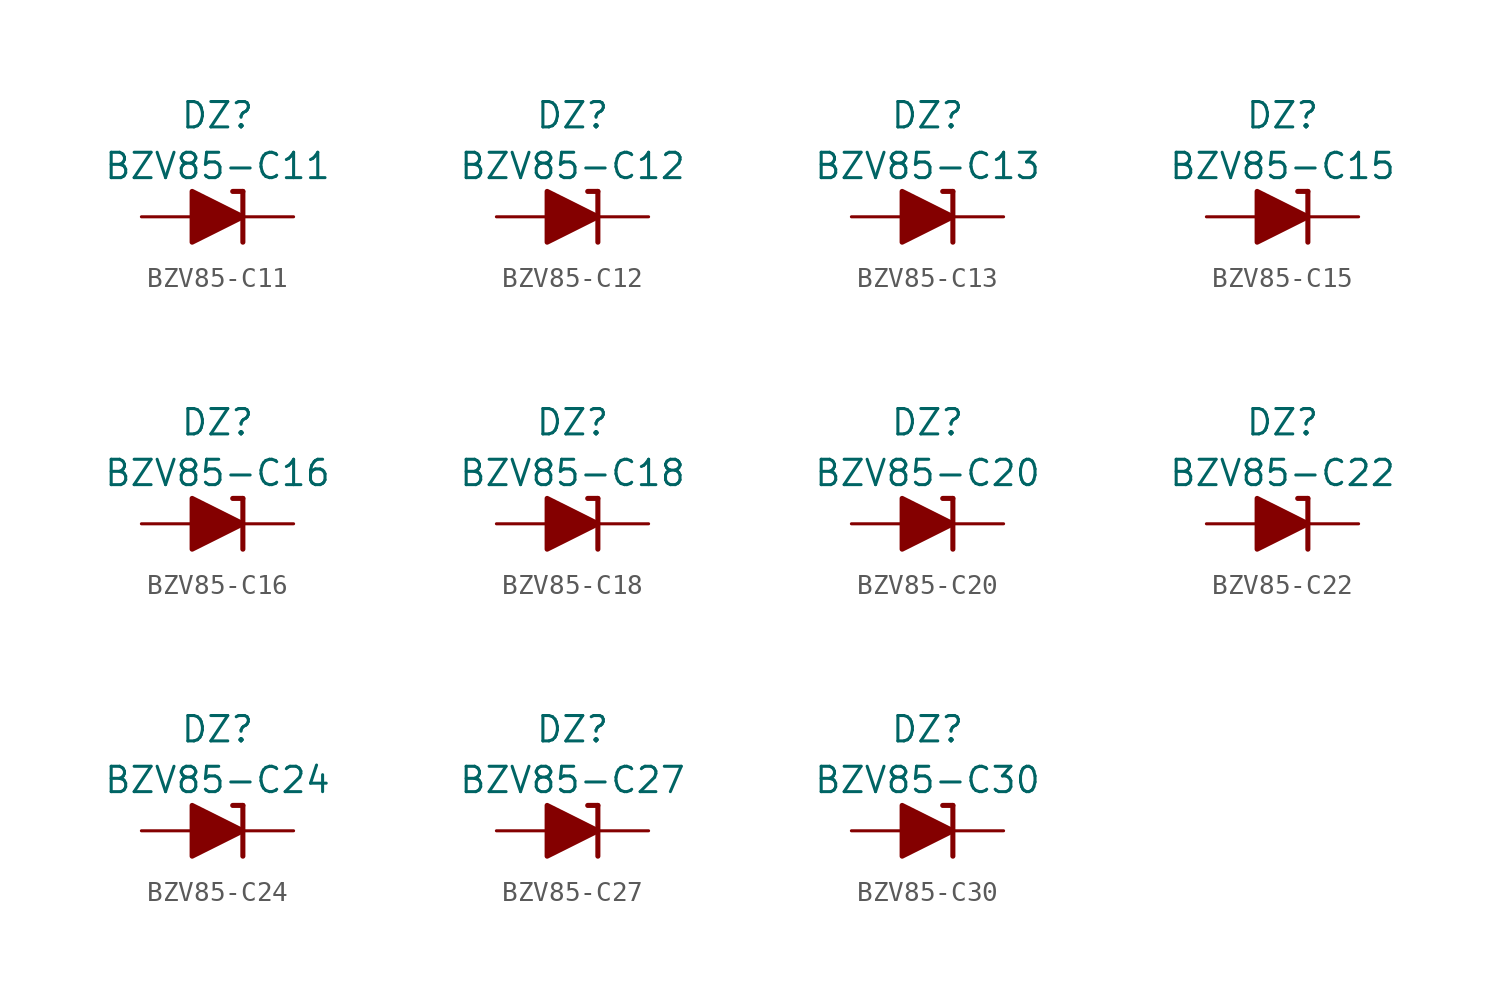
<source format=kicad_sym>
(kicad_symbol_lib
  (version 20201005)
  (generator kicad_symbol_editor)
  (symbol "Diode_Zener_AKL:BZV85-C11"
    (pin_numbers hide)
    (pin_names
      (offset 1.016) hide)
    (property "Reference" "DZ"
      (at 0 5.08 0)
      (effects (font (size 1.27 1.27))))
    (property "Value" "BZV85-C11"
      (at 0 2.54 0)
      (effects (font (size 1.27 1.27))))
    (symbol "BZV85-C11_0_1"
      (polyline (pts (xy -1.27 0) (xy 1.27 0)) (stroke (width 0)) (fill (type none)))
      (polyline (pts (xy 1.27 1.27) (xy 0.762 1.27)) (stroke (width 0.254)) (fill (type none)))
      (polyline (pts (xy 1.27 1.27) (xy 1.27 -1.27)) (stroke (width 0.254)) (fill (type none)))
      (polyline (pts (xy -1.27 -1.27) (xy -1.27 1.27) (xy 1.27 0) (xy -1.27 -1.27)) (stroke (width 0.254)) (fill (type outline))))
    (symbol "BZV85-C11_1_1"
      (pin passive line (at 3.81 0 180) (length 2.54) (name "K" (effects (font (size 1.27 1.27)))) (number "1" (effects (font (size 1.27 1.27)))))
      (pin passive line (at -3.81 0 0) (length 2.54) (name "A" (effects (font (size 1.27 1.27)))) (number "2" (effects (font (size 1.27 1.27)))))))
  (symbol "Diode_Zener_AKL:BZV85-C12"
    (pin_numbers hide)
    (pin_names
      (offset 1.016) hide)
    (property "Reference" "DZ"
      (at 0 5.08 0)
      (effects (font (size 1.27 1.27))))
    (property "Value" "BZV85-C12"
      (at 0 2.54 0)
      (effects (font (size 1.27 1.27))))
    (symbol "BZV85-C12_0_1"
      (polyline (pts (xy -1.27 0) (xy 1.27 0)) (stroke (width 0)) (fill (type none)))
      (polyline (pts (xy 1.27 1.27) (xy 0.762 1.27)) (stroke (width 0.254)) (fill (type none)))
      (polyline (pts (xy 1.27 1.27) (xy 1.27 -1.27)) (stroke (width 0.254)) (fill (type none)))
      (polyline (pts (xy -1.27 -1.27) (xy -1.27 1.27) (xy 1.27 0) (xy -1.27 -1.27)) (stroke (width 0.254)) (fill (type outline))))
    (symbol "BZV85-C12_1_1"
      (pin passive line (at 3.81 0 180) (length 2.54) (name "K" (effects (font (size 1.27 1.27)))) (number "1" (effects (font (size 1.27 1.27)))))
      (pin passive line (at -3.81 0 0) (length 2.54) (name "A" (effects (font (size 1.27 1.27)))) (number "2" (effects (font (size 1.27 1.27)))))))
  (symbol "Diode_Zener_AKL:BZV85-C13"
    (pin_numbers hide)
    (pin_names
      (offset 1.016) hide)
    (property "Reference" "DZ"
      (at 0 5.08 0)
      (effects (font (size 1.27 1.27))))
    (property "Value" "BZV85-C13"
      (at 0 2.54 0)
      (effects (font (size 1.27 1.27))))
    (symbol "BZV85-C13_0_1"
      (polyline (pts (xy -1.27 0) (xy 1.27 0)) (stroke (width 0)) (fill (type none)))
      (polyline (pts (xy 1.27 1.27) (xy 0.762 1.27)) (stroke (width 0.254)) (fill (type none)))
      (polyline (pts (xy 1.27 1.27) (xy 1.27 -1.27)) (stroke (width 0.254)) (fill (type none)))
      (polyline (pts (xy -1.27 -1.27) (xy -1.27 1.27) (xy 1.27 0) (xy -1.27 -1.27)) (stroke (width 0.254)) (fill (type outline))))
    (symbol "BZV85-C13_1_1"
      (pin passive line (at 3.81 0 180) (length 2.54) (name "K" (effects (font (size 1.27 1.27)))) (number "1" (effects (font (size 1.27 1.27)))))
      (pin passive line (at -3.81 0 0) (length 2.54) (name "A" (effects (font (size 1.27 1.27)))) (number "2" (effects (font (size 1.27 1.27)))))))
  (symbol "Diode_Zener_AKL:BZV85-C15"
    (pin_numbers hide)
    (pin_names
      (offset 1.016) hide)
    (property "Reference" "DZ"
      (at 0 5.08 0)
      (effects (font (size 1.27 1.27))))
    (property "Value" "BZV85-C15"
      (at 0 2.54 0)
      (effects (font (size 1.27 1.27))))
    (symbol "BZV85-C15_0_1"
      (polyline (pts (xy -1.27 0) (xy 1.27 0)) (stroke (width 0)) (fill (type none)))
      (polyline (pts (xy 1.27 1.27) (xy 0.762 1.27)) (stroke (width 0.254)) (fill (type none)))
      (polyline (pts (xy 1.27 1.27) (xy 1.27 -1.27)) (stroke (width 0.254)) (fill (type none)))
      (polyline (pts (xy -1.27 -1.27) (xy -1.27 1.27) (xy 1.27 0) (xy -1.27 -1.27)) (stroke (width 0.254)) (fill (type outline))))
    (symbol "BZV85-C15_1_1"
      (pin passive line (at 3.81 0 180) (length 2.54) (name "K" (effects (font (size 1.27 1.27)))) (number "1" (effects (font (size 1.27 1.27)))))
      (pin passive line (at -3.81 0 0) (length 2.54) (name "A" (effects (font (size 1.27 1.27)))) (number "2" (effects (font (size 1.27 1.27)))))))
  (symbol "Diode_Zener_AKL:BZV85-C16"
    (pin_numbers hide)
    (pin_names
      (offset 1.016) hide)
    (property "Reference" "DZ"
      (at 0 5.08 0)
      (effects (font (size 1.27 1.27))))
    (property "Value" "BZV85-C16"
      (at 0 2.54 0)
      (effects (font (size 1.27 1.27))))
    (symbol "BZV85-C16_0_1"
      (polyline (pts (xy -1.27 0) (xy 1.27 0)) (stroke (width 0)) (fill (type none)))
      (polyline (pts (xy 1.27 1.27) (xy 0.762 1.27)) (stroke (width 0.254)) (fill (type none)))
      (polyline (pts (xy 1.27 1.27) (xy 1.27 -1.27)) (stroke (width 0.254)) (fill (type none)))
      (polyline (pts (xy -1.27 -1.27) (xy -1.27 1.27) (xy 1.27 0) (xy -1.27 -1.27)) (stroke (width 0.254)) (fill (type outline))))
    (symbol "BZV85-C16_1_1"
      (pin passive line (at 3.81 0 180) (length 2.54) (name "K" (effects (font (size 1.27 1.27)))) (number "1" (effects (font (size 1.27 1.27)))))
      (pin passive line (at -3.81 0 0) (length 2.54) (name "A" (effects (font (size 1.27 1.27)))) (number "2" (effects (font (size 1.27 1.27)))))))
  (symbol "Diode_Zener_AKL:BZV85-C18"
    (pin_numbers hide)
    (pin_names
      (offset 1.016) hide)
    (property "Reference" "DZ"
      (at 0 5.08 0)
      (effects (font (size 1.27 1.27))))
    (property "Value" "BZV85-C18"
      (at 0 2.54 0)
      (effects (font (size 1.27 1.27))))
    (symbol "BZV85-C18_0_1"
      (polyline (pts (xy -1.27 0) (xy 1.27 0)) (stroke (width 0)) (fill (type none)))
      (polyline (pts (xy 1.27 1.27) (xy 0.762 1.27)) (stroke (width 0.254)) (fill (type none)))
      (polyline (pts (xy 1.27 1.27) (xy 1.27 -1.27)) (stroke (width 0.254)) (fill (type none)))
      (polyline (pts (xy -1.27 -1.27) (xy -1.27 1.27) (xy 1.27 0) (xy -1.27 -1.27)) (stroke (width 0.254)) (fill (type outline))))
    (symbol "BZV85-C18_1_1"
      (pin passive line (at 3.81 0 180) (length 2.54) (name "K" (effects (font (size 1.27 1.27)))) (number "1" (effects (font (size 1.27 1.27)))))
      (pin passive line (at -3.81 0 0) (length 2.54) (name "A" (effects (font (size 1.27 1.27)))) (number "2" (effects (font (size 1.27 1.27)))))))
  (symbol "Diode_Zener_AKL:BZV85-C20"
    (pin_numbers hide)
    (pin_names
      (offset 1.016) hide)
    (property "Reference" "DZ"
      (at 0 5.08 0)
      (effects (font (size 1.27 1.27))))
    (property "Value" "BZV85-C20"
      (at 0 2.54 0)
      (effects (font (size 1.27 1.27))))
    (symbol "BZV85-C20_0_1"
      (polyline (pts (xy -1.27 0) (xy 1.27 0)) (stroke (width 0)) (fill (type none)))
      (polyline (pts (xy 1.27 1.27) (xy 0.762 1.27)) (stroke (width 0.254)) (fill (type none)))
      (polyline (pts (xy 1.27 1.27) (xy 1.27 -1.27)) (stroke (width 0.254)) (fill (type none)))
      (polyline (pts (xy -1.27 -1.27) (xy -1.27 1.27) (xy 1.27 0) (xy -1.27 -1.27)) (stroke (width 0.254)) (fill (type outline))))
    (symbol "BZV85-C20_1_1"
      (pin passive line (at 3.81 0 180) (length 2.54) (name "K" (effects (font (size 1.27 1.27)))) (number "1" (effects (font (size 1.27 1.27)))))
      (pin passive line (at -3.81 0 0) (length 2.54) (name "A" (effects (font (size 1.27 1.27)))) (number "2" (effects (font (size 1.27 1.27)))))))
  (symbol "Diode_Zener_AKL:BZV85-C22"
    (pin_numbers hide)
    (pin_names
      (offset 1.016) hide)
    (property "Reference" "DZ"
      (at 0 5.08 0)
      (effects (font (size 1.27 1.27))))
    (property "Value" "BZV85-C22"
      (at 0 2.54 0)
      (effects (font (size 1.27 1.27))))
    (symbol "BZV85-C22_0_1"
      (polyline (pts (xy -1.27 0) (xy 1.27 0)) (stroke (width 0)) (fill (type none)))
      (polyline (pts (xy 1.27 1.27) (xy 0.762 1.27)) (stroke (width 0.254)) (fill (type none)))
      (polyline (pts (xy 1.27 1.27) (xy 1.27 -1.27)) (stroke (width 0.254)) (fill (type none)))
      (polyline (pts (xy -1.27 -1.27) (xy -1.27 1.27) (xy 1.27 0) (xy -1.27 -1.27)) (stroke (width 0.254)) (fill (type outline))))
    (symbol "BZV85-C22_1_1"
      (pin passive line (at 3.81 0 180) (length 2.54) (name "K" (effects (font (size 1.27 1.27)))) (number "1" (effects (font (size 1.27 1.27)))))
      (pin passive line (at -3.81 0 0) (length 2.54) (name "A" (effects (font (size 1.27 1.27)))) (number "2" (effects (font (size 1.27 1.27)))))))
  (symbol "Diode_Zener_AKL:BZV85-C24"
    (pin_numbers hide)
    (pin_names
      (offset 1.016) hide)
    (property "Reference" "DZ"
      (at 0 5.08 0)
      (effects (font (size 1.27 1.27))))
    (property "Value" "BZV85-C24"
      (at 0 2.54 0)
      (effects (font (size 1.27 1.27))))
    (symbol "BZV85-C24_0_1"
      (polyline (pts (xy -1.27 0) (xy 1.27 0)) (stroke (width 0)) (fill (type none)))
      (polyline (pts (xy 1.27 1.27) (xy 0.762 1.27)) (stroke (width 0.254)) (fill (type none)))
      (polyline (pts (xy 1.27 1.27) (xy 1.27 -1.27)) (stroke (width 0.254)) (fill (type none)))
      (polyline (pts (xy -1.27 -1.27) (xy -1.27 1.27) (xy 1.27 0) (xy -1.27 -1.27)) (stroke (width 0.254)) (fill (type outline))))
    (symbol "BZV85-C24_1_1"
      (pin passive line (at 3.81 0 180) (length 2.54) (name "K" (effects (font (size 1.27 1.27)))) (number "1" (effects (font (size 1.27 1.27)))))
      (pin passive line (at -3.81 0 0) (length 2.54) (name "A" (effects (font (size 1.27 1.27)))) (number "2" (effects (font (size 1.27 1.27)))))))
  (symbol "Diode_Zener_AKL:BZV85-C27"
    (pin_numbers hide)
    (pin_names
      (offset 1.016) hide)
    (property "Reference" "DZ"
      (at 0 5.08 0)
      (effects (font (size 1.27 1.27))))
    (property "Value" "BZV85-C27"
      (at 0 2.54 0)
      (effects (font (size 1.27 1.27))))
    (symbol "BZV85-C27_0_1"
      (polyline (pts (xy -1.27 0) (xy 1.27 0)) (stroke (width 0)) (fill (type none)))
      (polyline (pts (xy 1.27 1.27) (xy 0.762 1.27)) (stroke (width 0.254)) (fill (type none)))
      (polyline (pts (xy 1.27 1.27) (xy 1.27 -1.27)) (stroke (width 0.254)) (fill (type none)))
      (polyline (pts (xy -1.27 -1.27) (xy -1.27 1.27) (xy 1.27 0) (xy -1.27 -1.27)) (stroke (width 0.254)) (fill (type outline))))
    (symbol "BZV85-C27_1_1"
      (pin passive line (at 3.81 0 180) (length 2.54) (name "K" (effects (font (size 1.27 1.27)))) (number "1" (effects (font (size 1.27 1.27)))))
      (pin passive line (at -3.81 0 0) (length 2.54) (name "A" (effects (font (size 1.27 1.27)))) (number "2" (effects (font (size 1.27 1.27)))))))
  (symbol "Diode_Zener_AKL:BZV85-C30"
    (pin_numbers hide)
    (pin_names
      (offset 1.016) hide)
    (property "Reference" "DZ"
      (at 0 5.08 0)
      (effects (font (size 1.27 1.27))))
    (property "Value" "BZV85-C30"
      (at 0 2.54 0)
      (effects (font (size 1.27 1.27))))
    (symbol "BZV85-C30_0_1"
      (polyline (pts (xy -1.27 0) (xy 1.27 0)) (stroke (width 0)) (fill (type none)))
      (polyline (pts (xy 1.27 1.27) (xy 0.762 1.27)) (stroke (width 0.254)) (fill (type none)))
      (polyline (pts (xy 1.27 1.27) (xy 1.27 -1.27)) (stroke (width 0.254)) (fill (type none)))
      (polyline (pts (xy -1.27 -1.27) (xy -1.27 1.27) (xy 1.27 0) (xy -1.27 -1.27)) (stroke (width 0.254)) (fill (type outline))))
    (symbol "BZV85-C30_1_1"
      (pin passive line (at 3.81 0 180) (length 2.54) (name "K" (effects (font (size 1.27 1.27)))) (number "1" (effects (font (size 1.27 1.27)))))
      (pin passive line (at -3.81 0 0) (length 2.54) (name "A" (effects (font (size 1.27 1.27)))) (number "2" (effects (font (size 1.27 1.27))))))))
</source>
